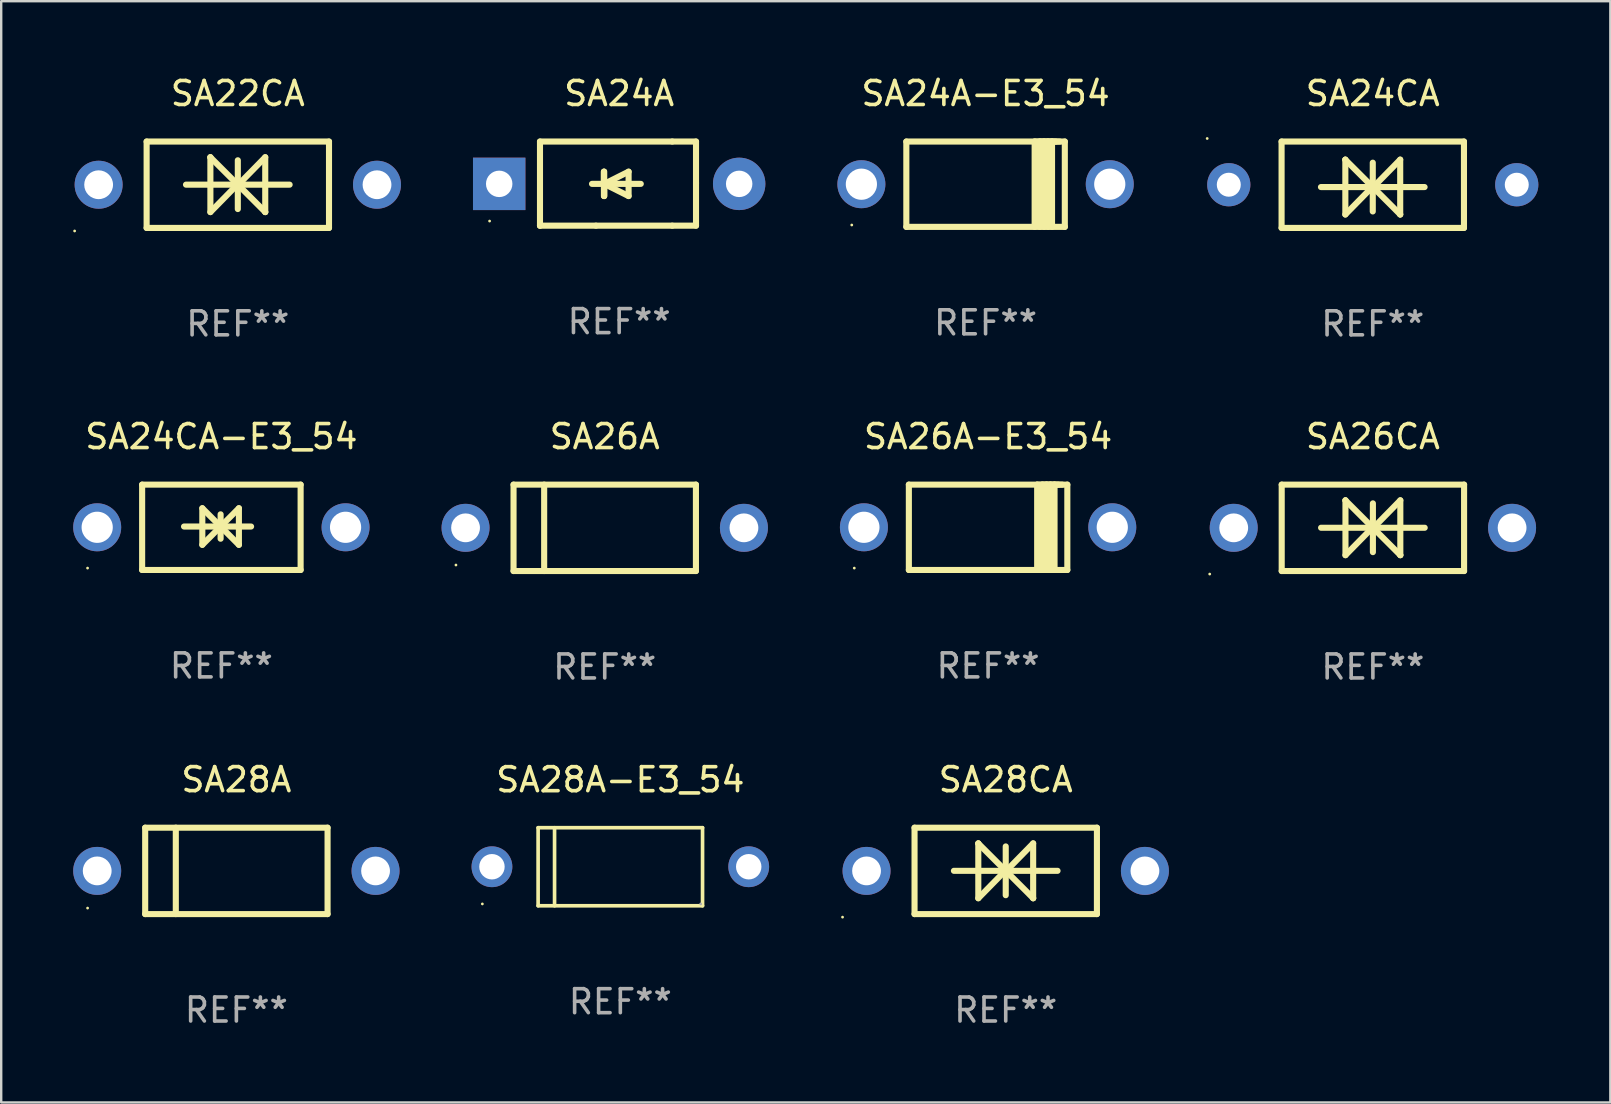
<source format=kicad_pcb>
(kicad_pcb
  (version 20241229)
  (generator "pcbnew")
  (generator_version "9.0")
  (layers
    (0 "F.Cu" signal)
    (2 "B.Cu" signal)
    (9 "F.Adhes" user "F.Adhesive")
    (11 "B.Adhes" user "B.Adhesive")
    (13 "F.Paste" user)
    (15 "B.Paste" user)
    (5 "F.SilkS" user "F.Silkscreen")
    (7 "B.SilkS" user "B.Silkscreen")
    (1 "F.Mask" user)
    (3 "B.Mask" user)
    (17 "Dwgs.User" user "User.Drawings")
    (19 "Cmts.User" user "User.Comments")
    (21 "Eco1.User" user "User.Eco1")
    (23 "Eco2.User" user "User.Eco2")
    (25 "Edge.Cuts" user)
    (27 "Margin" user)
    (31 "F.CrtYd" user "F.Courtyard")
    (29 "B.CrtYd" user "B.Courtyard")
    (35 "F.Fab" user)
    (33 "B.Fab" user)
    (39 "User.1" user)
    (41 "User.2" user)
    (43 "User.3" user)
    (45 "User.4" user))
  (footprint "SA24CA"
    (layer "F.Cu")
    (at 54.155 4.648)
    (property "Reference" "SA24CA" (at 0 -3.8 0) (layer "F.SilkS") (effects (font (size 1 1) (thickness 0.15))))
    (attr through_hole)
    (fp_line (start -3.8 -1.8) (end -3.8 1.8) (stroke (width 0.254) (type solid)) (layer "F.SilkS"))
    (fp_line (start -3.8 1.8) (end 3.8 1.8) (stroke (width 0.254) (type solid)) (layer "F.SilkS"))
    (fp_line (start -3.8 -1.8) (end 3.8 -1.8) (stroke (width 0.254) (type solid)) (layer "F.SilkS"))
    (fp_line (start -2.159 0.097) (end 2.159 0.097) (stroke (width 0.254) (type solid)) (layer "F.SilkS"))
    (fp_line (start -1.143 -1.046) (end -1.143 1.24) (stroke (width 0.254) (type solid)) (layer "F.SilkS"))
    (fp_line (start -1.143 -1.043) (end -1.143 -1.046) (stroke (width 0.254) (type solid)) (layer "F.SilkS"))
    (fp_line (start -0.000076 -0.919) (end -0.000076 1.113) (stroke (width 0.254) (type solid)) (layer "F.SilkS"))
    (fp_line (start -0.000076 0.074) (end -1.143 1.24) (stroke (width 0.254) (type solid)) (layer "F.SilkS"))
    (fp_line (start -0.000076 0.094) (end 1.143 1.237) (stroke (width 0.254) (type solid)) (layer "F.SilkS"))
    (fp_line (start -0.000076 0.1) (end -1.143 -1.043) (stroke (width 0.254) (type solid)) (layer "F.SilkS"))
    (fp_line (start -0.000076 0.12) (end 1.143 -1.046) (stroke (width 0.254) (type solid)) (layer "F.SilkS"))
    (fp_line (start 1.143 1.237) (end 1.143 1.24) (stroke (width 0.254) (type solid)) (layer "F.SilkS"))
    (fp_line (start 1.143 1.24) (end 1.143 -1.046) (stroke (width 0.254) (type solid)) (layer "F.SilkS"))
    (fp_line (start 3.8 -1.8) (end 3.8 1.8) (stroke (width 0.254) (type solid)) (layer "F.SilkS"))
    (fp_circle (center -6.9 -1.927) (end -6.87 -1.927) (stroke (width 0.06) (type solid)) (fill no) (layer "F.SilkS"))
    (fp_text user "REF**" (at 0 5.8 0) (layer "F.Fab") (effects (font (size 1 1) (thickness 0.15))))
    (pad "1" thru_hole circle (at -6 -0.000089) (size 1.8 1.8) (drill 1) (layers "*.Cu" "*.Mask"))
    (pad "2" thru_hole circle (at 6 -0.000089) (size 1.8 1.8) (drill 1) (layers "*.Cu" "*.Mask")))
  (footprint "SA26A-E3_54"
    (layer "F.Cu")
    (at 38.125 18.923)
    (property "Reference" "SA26A-E3_54" (at 0 -3.778 0) (layer "F.SilkS") (effects (font (size 1 1) (thickness 0.15))))
    (attr through_hole)
    (fp_line (start -3.302 -1.778) (end -3.302 1.778) (stroke (width 0.254) (type solid)) (layer "F.SilkS"))
    (fp_line (start -3.302 1.778) (end 3.302 1.778) (stroke (width 0.254) (type solid)) (layer "F.SilkS"))
    (fp_line (start 2.045 -1.778) (end 2.045 1.778) (stroke (width 0.254) (type solid)) (layer "F.SilkS"))
    (fp_line (start 2.261 -1.778) (end 2.261 1.778) (stroke (width 0.254) (type solid)) (layer "F.SilkS"))
    (fp_line (start 2.421 -1.778) (end 2.045 -1.778) (stroke (width 0.254) (type solid)) (layer "F.SilkS"))
    (fp_line (start 2.439 -1.778) (end 2.439 1.778) (stroke (width 0.254) (type solid)) (layer "F.SilkS"))
    (fp_line (start 2.579 -1.778) (end 2.261 -1.778) (stroke (width 0.254) (type solid)) (layer "F.SilkS"))
    (fp_line (start 2.604 -1.778) (end 2.604 1.778) (stroke (width 0.254) (type solid)) (layer "F.SilkS"))
    (fp_line (start 2.757 -1.778) (end 2.439 -1.778) (stroke (width 0.254) (type solid)) (layer "F.SilkS"))
    (fp_line (start 2.769 -1.778) (end 2.769 1.778) (stroke (width 0.254) (type solid)) (layer "F.SilkS"))
    (fp_line (start 2.922 -1.778) (end 2.604 -1.778) (stroke (width 0.254) (type solid)) (layer "F.SilkS"))
    (fp_line (start 3.087 -1.778) (end 2.769 -1.778) (stroke (width 0.254) (type solid)) (layer "F.SilkS"))
    (fp_line (start 3.302 -1.778) (end -3.302 -1.778) (stroke (width 0.254) (type solid)) (layer "F.SilkS"))
    (fp_line (start 3.302 1.778) (end 3.302 -1.778) (stroke (width 0.254) (type solid)) (layer "F.SilkS"))
    (fp_circle (center -5.576 1.7) (end -5.546 1.7) (stroke (width 0.06) (type solid)) (fill no) (layer "F.SilkS"))
    (fp_text user "REF**" (at 0 5.778 0) (layer "F.Fab") (effects (font (size 1 1) (thickness 0.15))))
    (pad "1" thru_hole circle (at -5.175 0) (size 2 2) (drill 1.3) (layers "*.Cu" "*.Mask"))
    (pad "2" thru_hole circle (at 5.175 0) (size 2 2) (drill 1.3) (layers "*.Cu" "*.Mask")))
  (footprint "SA24CA-E3_54"
    (layer "F.Cu")
    (at 6.175 18.923)
    (property "Reference" "SA24CA-E3_54" (at 0 -3.778 0) (layer "F.SilkS") (effects (font (size 1 1) (thickness 0.15))))
    (attr through_hole)
    (fp_line (start -3.302 -1.778) (end -3.302 1.778) (stroke (width 0.254) (type solid)) (layer "F.SilkS"))
    (fp_line (start -3.302 1.778) (end 3.302 1.778) (stroke (width 0.254) (type solid)) (layer "F.SilkS"))
    (fp_line (start -1.556 -0.032) (end 1.238 -0.032) (stroke (width 0.254) (type solid)) (layer "F.SilkS"))
    (fp_line (start -0.794 -0.794) (end 0.73 0.73) (stroke (width 0.254) (type solid)) (layer "F.SilkS"))
    (fp_line (start -0.794 0.73) (end -0.794 -0.794) (stroke (width 0.254) (type solid)) (layer "F.SilkS"))
    (fp_line (start -0.032 -0.54) (end -0.032 0.476) (stroke (width 0.254) (type solid)) (layer "F.SilkS"))
    (fp_line (start 0.73 -0.794) (end -0.794 0.73) (stroke (width 0.254) (type solid)) (layer "F.SilkS"))
    (fp_line (start 0.73 0.73) (end 0.73 -0.794) (stroke (width 0.254) (type solid)) (layer "F.SilkS"))
    (fp_line (start 3.302 -1.778) (end -3.302 -1.778) (stroke (width 0.254) (type solid)) (layer "F.SilkS"))
    (fp_line (start 3.302 1.778) (end 3.302 -1.778) (stroke (width 0.254) (type solid)) (layer "F.SilkS"))
    (fp_circle (center -5.576 1.7) (end -5.546 1.7) (stroke (width 0.06) (type solid)) (fill no) (layer "F.SilkS"))
    (fp_text user "REF**" (at 0 5.778 0) (layer "F.Fab") (effects (font (size 1 1) (thickness 0.15))))
    (pad "1" thru_hole circle (at -5.175 0) (size 2 2) (drill 1.3) (layers "*.Cu" "*.Mask"))
    (pad "2" thru_hole circle (at 5.175 0) (size 2 2) (drill 1.3) (layers "*.Cu" "*.Mask")))
  (footprint "SA22CA"
    (layer "F.Cu")
    (at 6.86 4.648)
    (property "Reference" "SA22CA" (at 0 -3.8 0) (layer "F.SilkS") (effects (font (size 1 1) (thickness 0.15))))
    (attr through_hole)
    (fp_line (start -3.8 -1.8) (end -3.8 1.8) (stroke (width 0.254) (type solid)) (layer "F.SilkS"))
    (fp_line (start -3.8 -1.8) (end 3.8 -1.8) (stroke (width 0.254) (type solid)) (layer "F.SilkS"))
    (fp_line (start -3.8 1.8) (end 3.8 1.8) (stroke (width 0.254) (type solid)) (layer "F.SilkS"))
    (fp_line (start -2.159 -0.003) (end 2.159 -0.003) (stroke (width 0.254) (type solid)) (layer "F.SilkS"))
    (fp_line (start -1.143 -1.146) (end -1.143 1.14) (stroke (width 0.254) (type solid)) (layer "F.SilkS"))
    (fp_line (start -1.143 -1.143) (end -1.143 -1.146) (stroke (width 0.254) (type solid)) (layer "F.SilkS"))
    (fp_line (start 0 -1.019) (end 0 1.013) (stroke (width 0.254) (type solid)) (layer "F.SilkS"))
    (fp_line (start 0 -0.026) (end -1.143 1.14) (stroke (width 0.254) (type solid)) (layer "F.SilkS"))
    (fp_line (start 0 -0.006) (end 1.143 1.137) (stroke (width 0.254) (type solid)) (layer "F.SilkS"))
    (fp_line (start 0 0) (end -1.143 -1.143) (stroke (width 0.254) (type solid)) (layer "F.SilkS"))
    (fp_line (start 0 0.02) (end 1.143 -1.146) (stroke (width 0.254) (type solid)) (layer "F.SilkS"))
    (fp_line (start 1.143 1.137) (end 1.143 1.14) (stroke (width 0.254) (type solid)) (layer "F.SilkS"))
    (fp_line (start 1.143 1.14) (end 1.143 -1.146) (stroke (width 0.254) (type solid)) (layer "F.SilkS"))
    (fp_line (start 3.8 -1.8) (end 3.8 1.8) (stroke (width 0.254) (type solid)) (layer "F.SilkS"))
    (fp_circle (center -6.8 1.927) (end -6.77 1.927) (stroke (width 0.06) (type solid)) (fill no) (layer "F.SilkS"))
    (fp_text user "REF**" (at 0 5.8 0) (layer "F.Fab") (effects (font (size 1 1) (thickness 0.15))))
    (pad "1" thru_hole circle (at -5.8 0) (size 2 2) (drill 1.2) (layers "*.Cu" "*.Mask"))
    (pad "2" thru_hole circle (at 5.8 0) (size 2 2) (drill 1.2) (layers "*.Cu" "*.Mask")))
  (footprint "SA24A-E3_54"
    (layer "F.Cu")
    (at 38.02 4.626)
    (property "Reference" "SA24A-E3_54" (at 0 -3.778 0) (layer "F.SilkS") (effects (font (size 1 1) (thickness 0.15))))
    (attr through_hole)
    (fp_line (start -3.302 -1.778) (end -3.302 1.778) (stroke (width 0.254) (type solid)) (layer "F.SilkS"))
    (fp_line (start -3.302 1.778) (end 3.302 1.778) (stroke (width 0.254) (type solid)) (layer "F.SilkS"))
    (fp_line (start 2.045 -1.778) (end 2.045 1.778) (stroke (width 0.254) (type solid)) (layer "F.SilkS"))
    (fp_line (start 2.261 -1.778) (end 2.261 1.778) (stroke (width 0.254) (type solid)) (layer "F.SilkS"))
    (fp_line (start 2.421 -1.778) (end 2.045 -1.778) (stroke (width 0.254) (type solid)) (layer "F.SilkS"))
    (fp_line (start 2.439 -1.778) (end 2.439 1.778) (stroke (width 0.254) (type solid)) (layer "F.SilkS"))
    (fp_line (start 2.579 -1.778) (end 2.261 -1.778) (stroke (width 0.254) (type solid)) (layer "F.SilkS"))
    (fp_line (start 2.604 -1.778) (end 2.604 1.778) (stroke (width 0.254) (type solid)) (layer "F.SilkS"))
    (fp_line (start 2.757 -1.778) (end 2.439 -1.778) (stroke (width 0.254) (type solid)) (layer "F.SilkS"))
    (fp_line (start 2.769 -1.778) (end 2.769 1.778) (stroke (width 0.254) (type solid)) (layer "F.SilkS"))
    (fp_line (start 2.922 -1.778) (end 2.604 -1.778) (stroke (width 0.254) (type solid)) (layer "F.SilkS"))
    (fp_line (start 3.087 -1.778) (end 2.769 -1.778) (stroke (width 0.254) (type solid)) (layer "F.SilkS"))
    (fp_line (start 3.302 -1.778) (end -3.302 -1.778) (stroke (width 0.254) (type solid)) (layer "F.SilkS"))
    (fp_line (start 3.302 1.778) (end 3.302 -1.778) (stroke (width 0.254) (type solid)) (layer "F.SilkS"))
    (fp_circle (center -5.576 1.7) (end -5.546 1.7) (stroke (width 0.06) (type solid)) (fill no) (layer "F.SilkS"))
    (fp_text user "REF**" (at 0 5.778 0) (layer "F.Fab") (effects (font (size 1 1) (thickness 0.15))))
    (pad "1" thru_hole circle (at -5.175 0) (size 2 2) (drill 1.3) (layers "*.Cu" "*.Mask"))
    (pad "2" thru_hole circle (at 5.175 0) (size 2 2) (drill 1.3) (layers "*.Cu" "*.Mask")))
  (footprint "SA28A"
    (layer "F.Cu")
    (at 6.8 33.241)
    (property "Reference" "SA28A" (at 0 -3.8 0) (layer "F.SilkS") (effects (font (size 1 1) (thickness 0.15))))
    (attr through_hole)
    (fp_line (start -3.8 -1.8) (end -3.8 1.8) (stroke (width 0.254) (type solid)) (layer "F.SilkS"))
    (fp_line (start -3.8 -1.8) (end 3.8 -1.8) (stroke (width 0.254) (type solid)) (layer "F.SilkS"))
    (fp_line (start -3.8 1.8) (end 3.8 1.8) (stroke (width 0.254) (type solid)) (layer "F.SilkS"))
    (fp_line (start -2.524 -1.8) (end -2.524 1.8) (stroke (width 0.254) (type solid)) (layer "F.SilkS"))
    (fp_line (start 3.8 -1.8) (end 3.8 1.8) (stroke (width 0.254) (type solid)) (layer "F.SilkS"))
    (fp_circle (center -6.2 1.55) (end -6.17 1.55) (stroke (width 0.06) (type solid)) (fill no) (layer "F.SilkS"))
    (fp_text user "REF**" (at 0 5.8 0) (layer "F.Fab") (effects (font (size 1 1) (thickness 0.15))))
    (pad "1" thru_hole circle (at -5.8 0) (size 2 2) (drill 1.2) (layers "*.Cu" "*.Mask"))
    (pad "2" thru_hole circle (at 5.8 0) (size 2 2) (drill 1.2) (layers "*.Cu" "*.Mask")))
  (footprint "SA24A"
    (layer "F.Cu")
    (at 22.752 4.601)
    (property "Reference" "SA24A" (at 0 -3.753 0) (layer "F.SilkS") (effects (font (size 1 1) (thickness 0.15))))
    (attr through_hole)
    (fp_line (start -3.3 -1.753) (end 2.212 -1.753) (stroke (width 0.254) (type solid)) (layer "F.SilkS"))
    (fp_line (start -3.3 1.753) (end -3.3 -1.753) (stroke (width 0.254) (type solid)) (layer "F.SilkS"))
    (fp_line (start -3.3 1.753) (end -3.3 1.753) (stroke (width 0.254) (type solid)) (layer "F.SilkS"))
    (fp_line (start -0.968 1.753) (end -3.3 1.753) (stroke (width 0.254) (type solid)) (layer "F.SilkS"))
    (fp_line (start -0.636 -0.497) (end -0.636 0.519) (stroke (width 0.254) (type solid)) (layer "F.SilkS"))
    (fp_line (start -0.636 0.011) (end -0.636 -0.497) (stroke (width 0.254) (type solid)) (layer "F.SilkS"))
    (fp_line (start -0.624 0.011) (end -0.624 0.519) (stroke (width 0.254) (type solid)) (layer "F.SilkS"))
    (fp_line (start -0.624 0.011) (end 0.392 0.519) (stroke (width 0.254) (type solid)) (layer "F.SilkS"))
    (fp_line (start -0.624 0.519) (end -0.624 -0.497) (stroke (width 0.254) (type solid)) (layer "F.SilkS"))
    (fp_line (start 0.392 -0.497) (end -0.624 0.011) (stroke (width 0.254) (type solid)) (layer "F.SilkS"))
    (fp_line (start 0.392 0.519) (end 0.392 -0.497) (stroke (width 0.254) (type solid)) (layer "F.SilkS"))
    (fp_line (start 0.9 0.011) (end -1.132 0.011) (stroke (width 0.254) (type solid)) (layer "F.SilkS"))
    (fp_line (start 2.212 -1.753) (end 3.202 -1.753) (stroke (width 0.254) (type solid)) (layer "F.SilkS"))
    (fp_line (start 2.212 1.753) (end -0.968 1.753) (stroke (width 0.254) (type solid)) (layer "F.SilkS"))
    (fp_line (start 3.202 -1.753) (end 3.202 -0.025) (stroke (width 0.254) (type solid)) (layer "F.SilkS"))
    (fp_line (start 3.202 -0.025) (end 3.202 1.753) (stroke (width 0.254) (type solid)) (layer "F.SilkS"))
    (fp_line (start 3.202 1.753) (end 2.212 1.753) (stroke (width 0.254) (type solid)) (layer "F.SilkS"))
    (fp_circle (center -5.4 1.561) (end -5.37 1.561) (stroke (width 0.06) (type solid)) (fill no) (layer "F.SilkS"))
    (fp_text user "REF**" (at 0 5.753 0) (layer "F.Fab") (effects (font (size 1 1) (thickness 0.15))))
    (pad "1" thru_hole rect (at -5 0.011 180) (size 2.184 2.184) (drill 1.102) (layers "*.Cu" "*.Mask"))
    (pad "2" thru_hole circle (at 5 0.011) (size 2.184 2.184) (drill 1.102) (layers "*.Cu" "*.Mask")))
  (footprint "SA26A"
    (layer "F.Cu")
    (at 22.15 18.945)
    (property "Reference" "SA26A" (at 0 -3.8 0) (layer "F.SilkS") (effects (font (size 1 1) (thickness 0.15))))
    (attr through_hole)
    (fp_line (start -3.8 -1.8) (end -3.8 1.8) (stroke (width 0.254) (type solid)) (layer "F.SilkS"))
    (fp_line (start -3.8 -1.8) (end 3.8 -1.8) (stroke (width 0.254) (type solid)) (layer "F.SilkS"))
    (fp_line (start -3.8 1.8) (end 3.8 1.8) (stroke (width 0.254) (type solid)) (layer "F.SilkS"))
    (fp_line (start -2.524 -1.8) (end -2.524 1.8) (stroke (width 0.254) (type solid)) (layer "F.SilkS"))
    (fp_line (start 3.8 -1.8) (end 3.8 1.8) (stroke (width 0.254) (type solid)) (layer "F.SilkS"))
    (fp_circle (center -6.2 1.55) (end -6.17 1.55) (stroke (width 0.06) (type solid)) (fill no) (layer "F.SilkS"))
    (fp_text user "REF**" (at 0 5.8 0) (layer "F.Fab") (effects (font (size 1 1) (thickness 0.15))))
    (pad "1" thru_hole circle (at -5.8 0) (size 2 2) (drill 1.2) (layers "*.Cu" "*.Mask"))
    (pad "2" thru_hole circle (at 5.8 0) (size 2 2) (drill 1.2) (layers "*.Cu" "*.Mask")))
  (footprint "SA26CA"
    (layer "F.Cu")
    (at 54.16 18.945)
    (property "Reference" "SA26CA" (at 0 -3.8 0) (layer "F.SilkS") (effects (font (size 1 1) (thickness 0.15))))
    (attr through_hole)
    (fp_line (start -3.8 -1.8) (end -3.8 1.8) (stroke (width 0.254) (type solid)) (layer "F.SilkS"))
    (fp_line (start -3.8 -1.8) (end 3.8 -1.8) (stroke (width 0.254) (type solid)) (layer "F.SilkS"))
    (fp_line (start -3.8 1.8) (end 3.8 1.8) (stroke (width 0.254) (type solid)) (layer "F.SilkS"))
    (fp_line (start -2.159 -0.003) (end 2.159 -0.003) (stroke (width 0.254) (type solid)) (layer "F.SilkS"))
    (fp_line (start -1.143 -1.146) (end -1.143 1.14) (stroke (width 0.254) (type solid)) (layer "F.SilkS"))
    (fp_line (start -1.143 -1.143) (end -1.143 -1.146) (stroke (width 0.254) (type solid)) (layer "F.SilkS"))
    (fp_line (start 0 -1.019) (end 0 1.013) (stroke (width 0.254) (type solid)) (layer "F.SilkS"))
    (fp_line (start 0 -0.026) (end -1.143 1.14) (stroke (width 0.254) (type solid)) (layer "F.SilkS"))
    (fp_line (start 0 -0.006) (end 1.143 1.137) (stroke (width 0.254) (type solid)) (layer "F.SilkS"))
    (fp_line (start 0 0) (end -1.143 -1.143) (stroke (width 0.254) (type solid)) (layer "F.SilkS"))
    (fp_line (start 0 0.02) (end 1.143 -1.146) (stroke (width 0.254) (type solid)) (layer "F.SilkS"))
    (fp_line (start 1.143 1.137) (end 1.143 1.14) (stroke (width 0.254) (type solid)) (layer "F.SilkS"))
    (fp_line (start 1.143 1.14) (end 1.143 -1.146) (stroke (width 0.254) (type solid)) (layer "F.SilkS"))
    (fp_line (start 3.8 -1.8) (end 3.8 1.8) (stroke (width 0.254) (type solid)) (layer "F.SilkS"))
    (fp_circle (center -6.8 1.927) (end -6.77 1.927) (stroke (width 0.06) (type solid)) (fill no) (layer "F.SilkS"))
    (fp_text user "REF**" (at 0 5.8 0) (layer "F.Fab") (effects (font (size 1 1) (thickness 0.15))))
    (pad "1" thru_hole circle (at -5.8 0) (size 2 2) (drill 1.2) (layers "*.Cu" "*.Mask"))
    (pad "2" thru_hole circle (at 5.8 0) (size 2 2) (drill 1.2) (layers "*.Cu" "*.Mask")))
  (footprint "SA28A-E3_54"
    (layer "F.Cu")
    (at 22.8 33.068)
    (property "Reference" "SA28A-E3_54" (at 0 -3.626 0) (layer "F.SilkS") (effects (font (size 1 1) (thickness 0.15))))
    (attr through_hole)
    (fp_line (start -3.426 -1.626) (end 3.426 -1.626) (stroke (width 0.152) (type solid)) (layer "F.SilkS"))
    (fp_line (start -3.426 1.626) (end -3.426 -1.626) (stroke (width 0.152) (type solid)) (layer "F.SilkS"))
    (fp_line (start -2.741 -1.626) (end -2.741 1.626) (stroke (width 0.152) (type solid)) (layer "F.SilkS"))
    (fp_line (start 3.426 -1.626) (end 3.426 1.626) (stroke (width 0.152) (type solid)) (layer "F.SilkS"))
    (fp_line (start 3.426 1.626) (end -3.426 1.626) (stroke (width 0.152) (type solid)) (layer "F.SilkS"))
    (fp_circle (center -5.75 1.55) (end -5.72 1.55) (stroke (width 0.06) (type solid)) (fill no) (layer "F.SilkS"))
    (fp_circle (center 3.35 1.55) (end 3.38 1.55) (stroke (width 0.06) (type solid)) (fill no) (layer "F.Fab"))
    (fp_text user "REF**" (at 0 5.626 0) (layer "F.Fab") (effects (font (size 1 1) (thickness 0.15))))
    (pad "1" thru_hole circle (at -5.35 -0.000013) (size 1.7 1.7) (drill 1.06) (layers "*.Cu" "*.Mask"))
    (pad "2" thru_hole circle (at 5.35 -0.000013) (size 1.7 1.7) (drill 1.06) (layers "*.Cu" "*.Mask")))
  (footprint "SA28CA"
    (layer "F.Cu")
    (at 38.86 33.241)
    (property "Reference" "SA28CA" (at 0 -3.8 0) (layer "F.SilkS") (effects (font (size 1 1) (thickness 0.15))))
    (attr through_hole)
    (fp_line (start -3.8 -1.8) (end -3.8 1.8) (stroke (width 0.254) (type solid)) (layer "F.SilkS"))
    (fp_line (start -3.8 -1.8) (end 3.8 -1.8) (stroke (width 0.254) (type solid)) (layer "F.SilkS"))
    (fp_line (start -3.8 1.8) (end 3.8 1.8) (stroke (width 0.254) (type solid)) (layer "F.SilkS"))
    (fp_line (start -2.159 -0.003) (end 2.159 -0.003) (stroke (width 0.254) (type solid)) (layer "F.SilkS"))
    (fp_line (start -1.143 -1.146) (end -1.143 1.14) (stroke (width 0.254) (type solid)) (layer "F.SilkS"))
    (fp_line (start -1.143 -1.143) (end -1.143 -1.146) (stroke (width 0.254) (type solid)) (layer "F.SilkS"))
    (fp_line (start 0 -1.019) (end 0 1.013) (stroke (width 0.254) (type solid)) (layer "F.SilkS"))
    (fp_line (start 0 -0.026) (end -1.143 1.14) (stroke (width 0.254) (type solid)) (layer "F.SilkS"))
    (fp_line (start 0 -0.006) (end 1.143 1.137) (stroke (width 0.254) (type solid)) (layer "F.SilkS"))
    (fp_line (start 0 0) (end -1.143 -1.143) (stroke (width 0.254) (type solid)) (layer "F.SilkS"))
    (fp_line (start 0 0.02) (end 1.143 -1.146) (stroke (width 0.254) (type solid)) (layer "F.SilkS"))
    (fp_line (start 1.143 1.137) (end 1.143 1.14) (stroke (width 0.254) (type solid)) (layer "F.SilkS"))
    (fp_line (start 1.143 1.14) (end 1.143 -1.146) (stroke (width 0.254) (type solid)) (layer "F.SilkS"))
    (fp_line (start 3.8 -1.8) (end 3.8 1.8) (stroke (width 0.254) (type solid)) (layer "F.SilkS"))
    (fp_circle (center -6.8 1.927) (end -6.77 1.927) (stroke (width 0.06) (type solid)) (fill no) (layer "F.SilkS"))
    (fp_text user "REF**" (at 0 5.8 0) (layer "F.Fab") (effects (font (size 1 1) (thickness 0.15))))
    (pad "1" thru_hole circle (at -5.8 0) (size 2 2) (drill 1.2) (layers "*.Cu" "*.Mask"))
    (pad "2" thru_hole circle (at 5.8 0) (size 2 2) (drill 1.2) (layers "*.Cu" "*.Mask")))
  (gr_rect
    (start -3 -3)
    (end 64.055 42.89)
    (stroke (width 0.1) (type default))
    (fill no)
    (layer "Edge.Cuts")))
</source>
